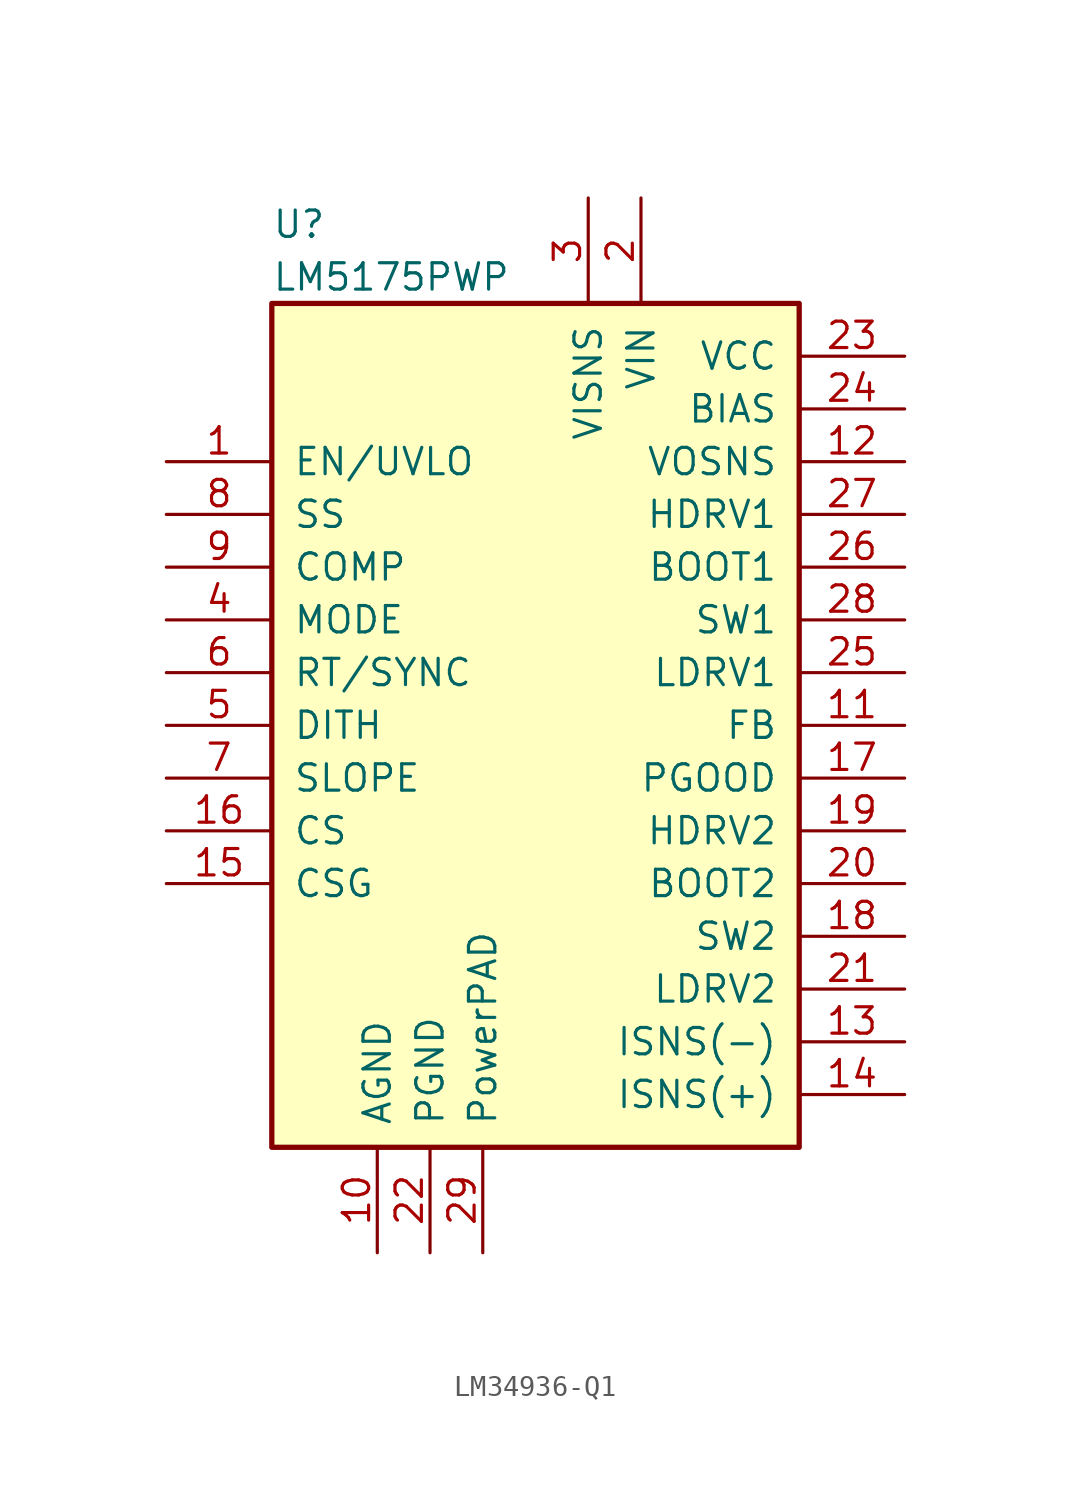
<source format=kicad_sym>
(kicad_symbol_lib
  (version 20220914)
  (generator kicad_symbol_editor)
  (symbol "LM34936-Q1"
    (pin_names
      (offset 1.016))
    (property "Reference" "U"
      (at -12.7 24.13 0)
      (effects (font (size 1.27 1.27)) (justify left)))
    (property "Value" "LM5175PWP"
      (at -12.7 21.59 0)
      (effects (font (size 1.27 1.27)) (justify left)))
    (symbol "LM34936-Q1_0_1"
      (rectangle (start -12.7 20.32) (end 12.7 -20.32) (stroke (width 0.254) (type default)) (fill (type background))))
    (symbol "LM34936-Q1_1_1"
      (pin input line (at -17.78 12.7 0) (length 5.08) (name "EN/UVLO" (effects (font (size 1.27 1.27)))) (number "1" (effects (font (size 1.27 1.27)))))
      (pin power_in line (at -7.62 -25.4 90) (length 5.08) (name "AGND" (effects (font (size 1.27 1.27)))) (number "10" (effects (font (size 1.27 1.27)))))
      (pin input line (at 17.78 0 180) (length 5.08) (name "FB" (effects (font (size 1.27 1.27)))) (number "11" (effects (font (size 1.27 1.27)))))
      (pin output line (at 17.78 12.7 180) (length 5.08) (name "VOSNS" (effects (font (size 1.27 1.27)))) (number "12" (effects (font (size 1.27 1.27)))))
      (pin input line (at 17.78 -15.24 180) (length 5.08) (name "ISNS(-)" (effects (font (size 1.27 1.27)))) (number "13" (effects (font (size 1.27 1.27)))))
      (pin input line (at 17.78 -17.78 180) (length 5.08) (name "ISNS(+)" (effects (font (size 1.27 1.27)))) (number "14" (effects (font (size 1.27 1.27)))))
      (pin input line (at -17.78 -7.62 0) (length 5.08) (name "CSG" (effects (font (size 1.27 1.27)))) (number "15" (effects (font (size 1.27 1.27)))))
      (pin input line (at -17.78 -5.08 0) (length 5.08) (name "CS" (effects (font (size 1.27 1.27)))) (number "16" (effects (font (size 1.27 1.27)))))
      (pin output line (at 17.78 -2.54 180) (length 5.08) (name "PGOOD" (effects (font (size 1.27 1.27)))) (number "17" (effects (font (size 1.27 1.27)))))
      (pin output line (at 17.78 -10.16 180) (length 5.08) (name "SW2" (effects (font (size 1.27 1.27)))) (number "18" (effects (font (size 1.27 1.27)))))
      (pin output line (at 17.78 -5.08 180) (length 5.08) (name "HDRV2" (effects (font (size 1.27 1.27)))) (number "19" (effects (font (size 1.27 1.27)))))
      (pin power_in line (at 5.08 25.4 270) (length 5.08) (name "VIN" (effects (font (size 1.27 1.27)))) (number "2" (effects (font (size 1.27 1.27)))))
      (pin passive line (at 17.78 -7.62 180) (length 5.08) (name "BOOT2" (effects (font (size 1.27 1.27)))) (number "20" (effects (font (size 1.27 1.27)))))
      (pin output line (at 17.78 -12.7 180) (length 5.08) (name "LDRV2" (effects (font (size 1.27 1.27)))) (number "21" (effects (font (size 1.27 1.27)))))
      (pin power_in line (at -5.08 -25.4 90) (length 5.08) (name "PGND" (effects (font (size 1.27 1.27)))) (number "22" (effects (font (size 1.27 1.27)))))
      (pin power_in line (at 17.78 17.78 180) (length 5.08) (name "VCC" (effects (font (size 1.27 1.27)))) (number "23" (effects (font (size 1.27 1.27)))))
      (pin input line (at 17.78 15.24 180) (length 5.08) (name "BIAS" (effects (font (size 1.27 1.27)))) (number "24" (effects (font (size 1.27 1.27)))))
      (pin output line (at 17.78 2.54 180) (length 5.08) (name "LDRV1" (effects (font (size 1.27 1.27)))) (number "25" (effects (font (size 1.27 1.27)))))
      (pin passive line (at 17.78 7.62 180) (length 5.08) (name "BOOT1" (effects (font (size 1.27 1.27)))) (number "26" (effects (font (size 1.27 1.27)))))
      (pin output line (at 17.78 10.16 180) (length 5.08) (name "HDRV1" (effects (font (size 1.27 1.27)))) (number "27" (effects (font (size 1.27 1.27)))))
      (pin output line (at 17.78 5.08 180) (length 5.08) (name "SW1" (effects (font (size 1.27 1.27)))) (number "28" (effects (font (size 1.27 1.27)))))
      (pin input line (at -2.54 -25.4 90) (length 5.08) (name "PowerPAD" (effects (font (size 1.27 1.27)))) (number "29" (effects (font (size 1.27 1.27)))))
      (pin input line (at 2.54 25.4 270) (length 5.08) (name "VISNS" (effects (font (size 1.27 1.27)))) (number "3" (effects (font (size 1.27 1.27)))))
      (pin input line (at -17.78 5.08 0) (length 5.08) (name "MODE" (effects (font (size 1.27 1.27)))) (number "4" (effects (font (size 1.27 1.27)))))
      (pin passive line (at -17.78 0 0) (length 5.08) (name "DITH" (effects (font (size 1.27 1.27)))) (number "5" (effects (font (size 1.27 1.27)))))
      (pin input line (at -17.78 2.54 0) (length 5.08) (name "RT/SYNC" (effects (font (size 1.27 1.27)))) (number "6" (effects (font (size 1.27 1.27)))))
      (pin passive line (at -17.78 -2.54 0) (length 5.08) (name "SLOPE" (effects (font (size 1.27 1.27)))) (number "7" (effects (font (size 1.27 1.27)))))
      (pin passive line (at -17.78 10.16 0) (length 5.08) (name "SS" (effects (font (size 1.27 1.27)))) (number "8" (effects (font (size 1.27 1.27)))))
      (pin passive line (at -17.78 7.62 0) (length 5.08) (name "COMP" (effects (font (size 1.27 1.27)))) (number "9" (effects (font (size 1.27 1.27))))))))
</source>
